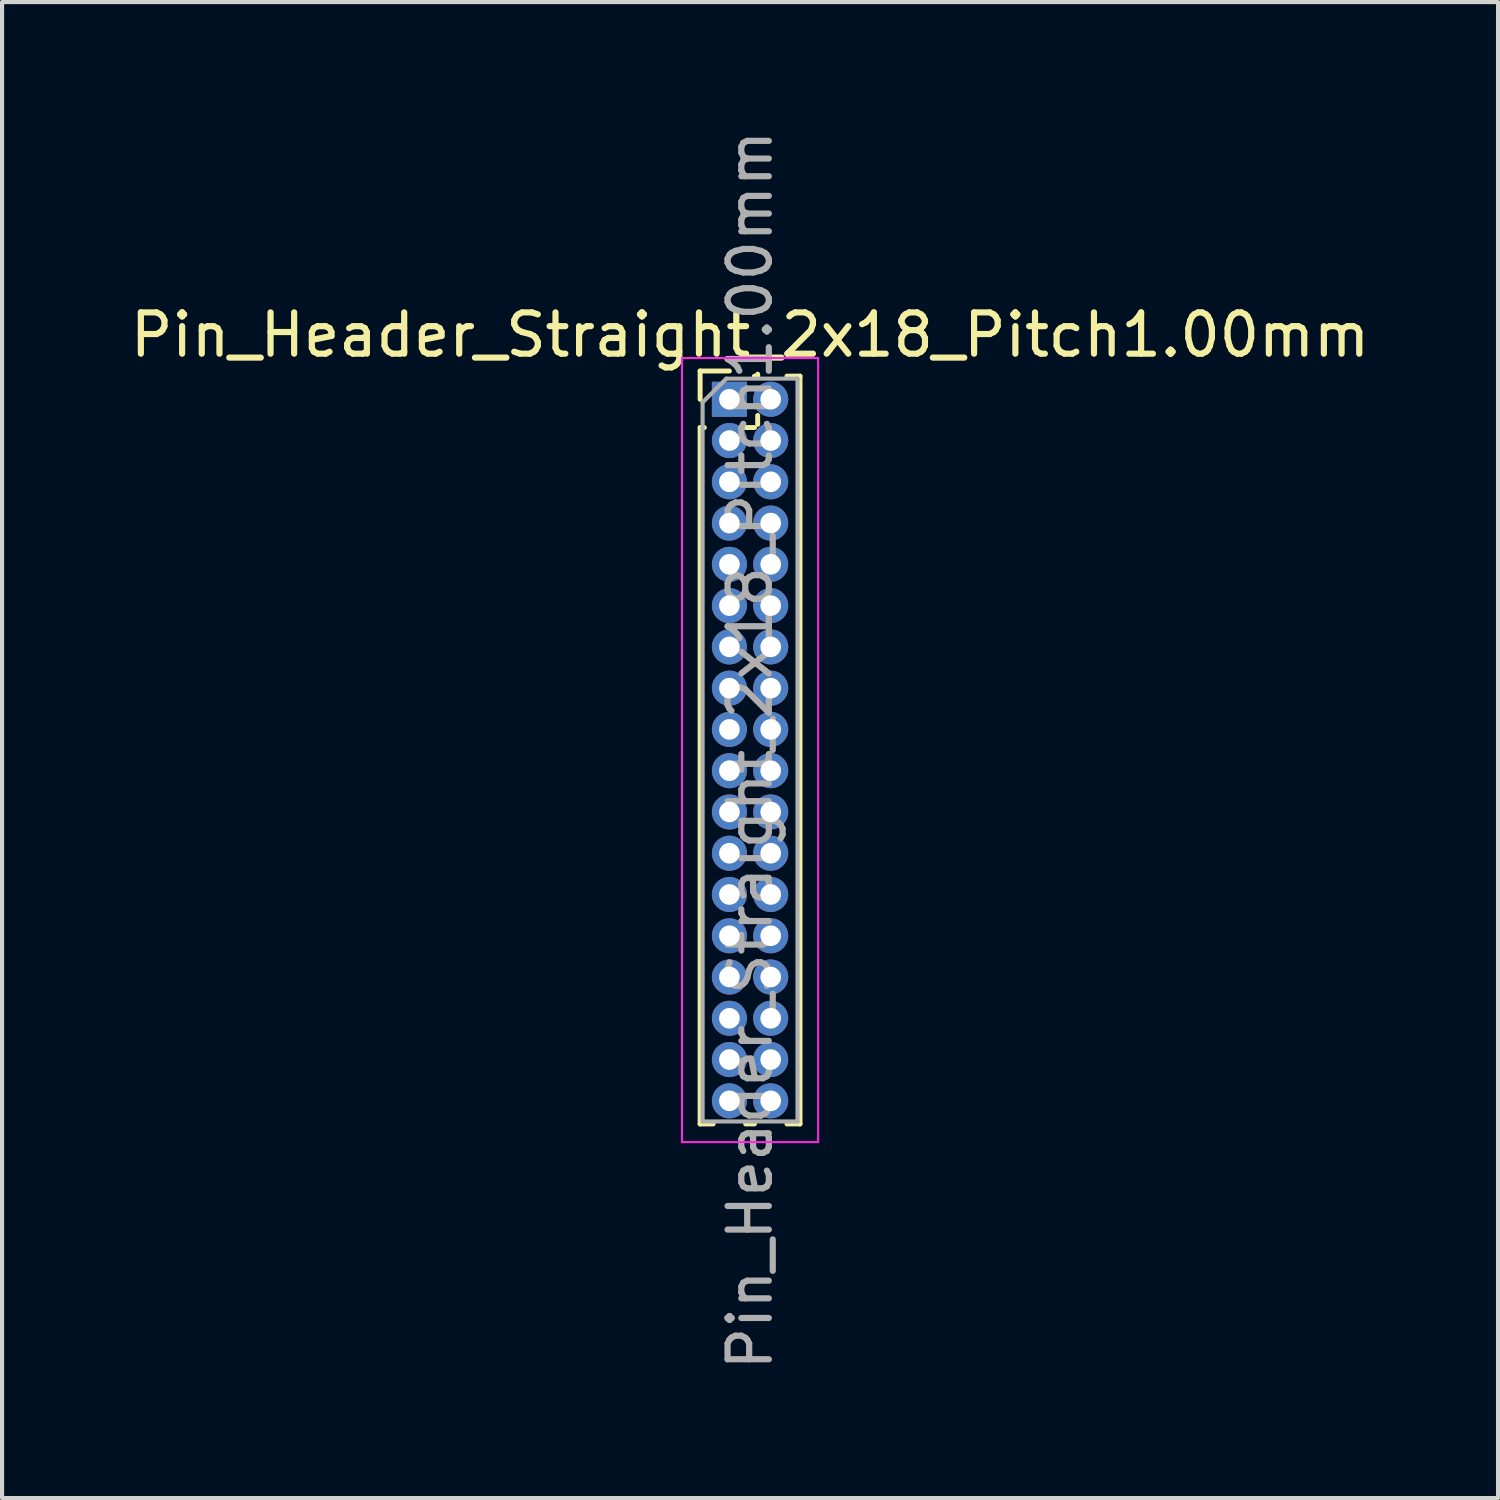
<source format=kicad_pcb>
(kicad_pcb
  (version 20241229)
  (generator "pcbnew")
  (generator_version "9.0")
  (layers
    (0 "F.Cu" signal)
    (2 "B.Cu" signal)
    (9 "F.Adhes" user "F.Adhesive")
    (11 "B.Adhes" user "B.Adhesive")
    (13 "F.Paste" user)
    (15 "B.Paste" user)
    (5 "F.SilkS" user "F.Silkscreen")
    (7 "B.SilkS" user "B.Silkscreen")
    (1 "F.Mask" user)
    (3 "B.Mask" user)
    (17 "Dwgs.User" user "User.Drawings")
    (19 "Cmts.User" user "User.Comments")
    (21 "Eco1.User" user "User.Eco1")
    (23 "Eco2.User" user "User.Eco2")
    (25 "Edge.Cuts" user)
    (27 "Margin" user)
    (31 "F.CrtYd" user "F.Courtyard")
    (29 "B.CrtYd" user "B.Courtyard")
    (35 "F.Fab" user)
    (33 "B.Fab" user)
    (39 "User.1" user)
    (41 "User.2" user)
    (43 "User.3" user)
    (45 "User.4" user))
  (footprint "Pin_Header_Straight_2x18_Pitch1.00mm"
    (layer "F.Cu")
    (at 14.625 6.625)
    (property "Reference" "Pin_Header_Straight_2x18_Pitch1.00mm" (at 0.5 -1.56 0) (layer "F.SilkS") (effects (font (size 1 1) (thickness 0.15))))
    (attr through_hole)
    (fp_line (start -0.71 -0.685) (end 0 -0.685) (stroke (width 0.12) (type solid)) (layer "F.SilkS"))
    (fp_line (start -0.71 0) (end -0.71 -0.685) (stroke (width 0.12) (type solid)) (layer "F.SilkS"))
    (fp_line (start -0.71 0.685) (end -0.71 17.56) (stroke (width 0.12) (type solid)) (layer "F.SilkS"))
    (fp_line (start -0.71 0.685) (end -0.608 0.685) (stroke (width 0.12) (type solid)) (layer "F.SilkS"))
    (fp_line (start -0.71 17.56) (end -0.394 17.56) (stroke (width 0.12) (type solid)) (layer "F.SilkS"))
    (fp_line (start 0.394 17.56) (end 0.606 17.56) (stroke (width 0.12) (type solid)) (layer "F.SilkS"))
    (fp_line (start 0.608 0.685) (end 0.392 0.685) (stroke (width 0.12) (type solid)) (layer "F.SilkS"))
    (fp_line (start 0.685 -0.608) (end 0.685 -0.56) (stroke (width 0.12) (type solid)) (layer "F.SilkS"))
    (fp_line (start 0.685 -0.56) (end 0.606 -0.56) (stroke (width 0.12) (type solid)) (layer "F.SilkS"))
    (fp_line (start 0.685 0.392) (end 0.685 0.608) (stroke (width 0.12) (type solid)) (layer "F.SilkS"))
    (fp_line (start 1.394 -0.56) (end 1.71 -0.56) (stroke (width 0.12) (type solid)) (layer "F.SilkS"))
    (fp_line (start 1.394 17.56) (end 1.71 17.56) (stroke (width 0.12) (type solid)) (layer "F.SilkS"))
    (fp_line (start 1.71 -0.56) (end 1.71 17.56) (stroke (width 0.12) (type solid)) (layer "F.SilkS"))
    (fp_line (start -1.15 -1) (end -1.15 18) (stroke (width 0.05) (type solid)) (layer "F.CrtYd"))
    (fp_line (start -1.15 18) (end 2.15 18) (stroke (width 0.05) (type solid)) (layer "F.CrtYd"))
    (fp_line (start 2.15 -1) (end -1.15 -1) (stroke (width 0.05) (type solid)) (layer "F.CrtYd"))
    (fp_line (start 2.15 18) (end 2.15 -1) (stroke (width 0.05) (type solid)) (layer "F.CrtYd"))
    (fp_line (start -0.65 0.075) (end -0.075 -0.5) (stroke (width 0.1) (type solid)) (layer "F.Fab"))
    (fp_line (start -0.65 17.5) (end -0.65 0.075) (stroke (width 0.1) (type solid)) (layer "F.Fab"))
    (fp_line (start -0.075 -0.5) (end 1.65 -0.5) (stroke (width 0.1) (type solid)) (layer "F.Fab"))
    (fp_line (start 1.65 -0.5) (end 1.65 17.5) (stroke (width 0.1) (type solid)) (layer "F.Fab"))
    (fp_line (start 1.65 17.5) (end -0.65 17.5) (stroke (width 0.1) (type solid)) (layer "F.Fab"))
    (fp_text user "${REFERENCE}" (at 0.5 8.5 90) (layer "F.Fab") (effects (font (size 1 1) (thickness 0.15))))
    (pad "1" thru_hole rect (at 0 0) (size 0.85 0.85) (drill 0.5) (layers "*.Cu" "*.Mask"))
    (pad "2" thru_hole oval (at 1 0) (size 0.85 0.85) (drill 0.5) (layers "*.Cu" "*.Mask"))
    (pad "3" thru_hole oval (at 0 1) (size 0.85 0.85) (drill 0.5) (layers "*.Cu" "*.Mask"))
    (pad "4" thru_hole oval (at 1 1) (size 0.85 0.85) (drill 0.5) (layers "*.Cu" "*.Mask"))
    (pad "5" thru_hole oval (at 0 2) (size 0.85 0.85) (drill 0.5) (layers "*.Cu" "*.Mask"))
    (pad "6" thru_hole oval (at 1 2) (size 0.85 0.85) (drill 0.5) (layers "*.Cu" "*.Mask"))
    (pad "7" thru_hole oval (at 0 3) (size 0.85 0.85) (drill 0.5) (layers "*.Cu" "*.Mask"))
    (pad "8" thru_hole oval (at 1 3) (size 0.85 0.85) (drill 0.5) (layers "*.Cu" "*.Mask"))
    (pad "9" thru_hole oval (at 0 4) (size 0.85 0.85) (drill 0.5) (layers "*.Cu" "*.Mask"))
    (pad "10" thru_hole oval (at 1 4) (size 0.85 0.85) (drill 0.5) (layers "*.Cu" "*.Mask"))
    (pad "11" thru_hole oval (at 0 5) (size 0.85 0.85) (drill 0.5) (layers "*.Cu" "*.Mask"))
    (pad "12" thru_hole oval (at 1 5) (size 0.85 0.85) (drill 0.5) (layers "*.Cu" "*.Mask"))
    (pad "13" thru_hole oval (at 0 6) (size 0.85 0.85) (drill 0.5) (layers "*.Cu" "*.Mask"))
    (pad "14" thru_hole oval (at 1 6) (size 0.85 0.85) (drill 0.5) (layers "*.Cu" "*.Mask"))
    (pad "15" thru_hole oval (at 0 7) (size 0.85 0.85) (drill 0.5) (layers "*.Cu" "*.Mask"))
    (pad "16" thru_hole oval (at 1 7) (size 0.85 0.85) (drill 0.5) (layers "*.Cu" "*.Mask"))
    (pad "17" thru_hole oval (at 0 8) (size 0.85 0.85) (drill 0.5) (layers "*.Cu" "*.Mask"))
    (pad "18" thru_hole oval (at 1 8) (size 0.85 0.85) (drill 0.5) (layers "*.Cu" "*.Mask"))
    (pad "19" thru_hole oval (at 0 9) (size 0.85 0.85) (drill 0.5) (layers "*.Cu" "*.Mask"))
    (pad "20" thru_hole oval (at 1 9) (size 0.85 0.85) (drill 0.5) (layers "*.Cu" "*.Mask"))
    (pad "21" thru_hole oval (at 0 10) (size 0.85 0.85) (drill 0.5) (layers "*.Cu" "*.Mask"))
    (pad "22" thru_hole oval (at 1 10) (size 0.85 0.85) (drill 0.5) (layers "*.Cu" "*.Mask"))
    (pad "23" thru_hole oval (at 0 11) (size 0.85 0.85) (drill 0.5) (layers "*.Cu" "*.Mask"))
    (pad "24" thru_hole oval (at 1 11) (size 0.85 0.85) (drill 0.5) (layers "*.Cu" "*.Mask"))
    (pad "25" thru_hole oval (at 0 12) (size 0.85 0.85) (drill 0.5) (layers "*.Cu" "*.Mask"))
    (pad "26" thru_hole oval (at 1 12) (size 0.85 0.85) (drill 0.5) (layers "*.Cu" "*.Mask"))
    (pad "27" thru_hole oval (at 0 13) (size 0.85 0.85) (drill 0.5) (layers "*.Cu" "*.Mask"))
    (pad "28" thru_hole oval (at 1 13) (size 0.85 0.85) (drill 0.5) (layers "*.Cu" "*.Mask"))
    (pad "29" thru_hole oval (at 0 14) (size 0.85 0.85) (drill 0.5) (layers "*.Cu" "*.Mask"))
    (pad "30" thru_hole oval (at 1 14) (size 0.85 0.85) (drill 0.5) (layers "*.Cu" "*.Mask"))
    (pad "31" thru_hole oval (at 0 15) (size 0.85 0.85) (drill 0.5) (layers "*.Cu" "*.Mask"))
    (pad "32" thru_hole oval (at 1 15) (size 0.85 0.85) (drill 0.5) (layers "*.Cu" "*.Mask"))
    (pad "33" thru_hole oval (at 0 16) (size 0.85 0.85) (drill 0.5) (layers "*.Cu" "*.Mask"))
    (pad "34" thru_hole oval (at 1 16) (size 0.85 0.85) (drill 0.5) (layers "*.Cu" "*.Mask"))
    (pad "35" thru_hole oval (at 0 17) (size 0.85 0.85) (drill 0.5) (layers "*.Cu" "*.Mask"))
    (pad "36" thru_hole oval (at 1 17) (size 0.85 0.85) (drill 0.5) (layers "*.Cu" "*.Mask")))
  (gr_rect
    (start -3 -3)
    (end 33.25 33.25)
    (stroke (width 0.1) (type default))
    (fill no)
    (layer "Edge.Cuts")))
</source>
